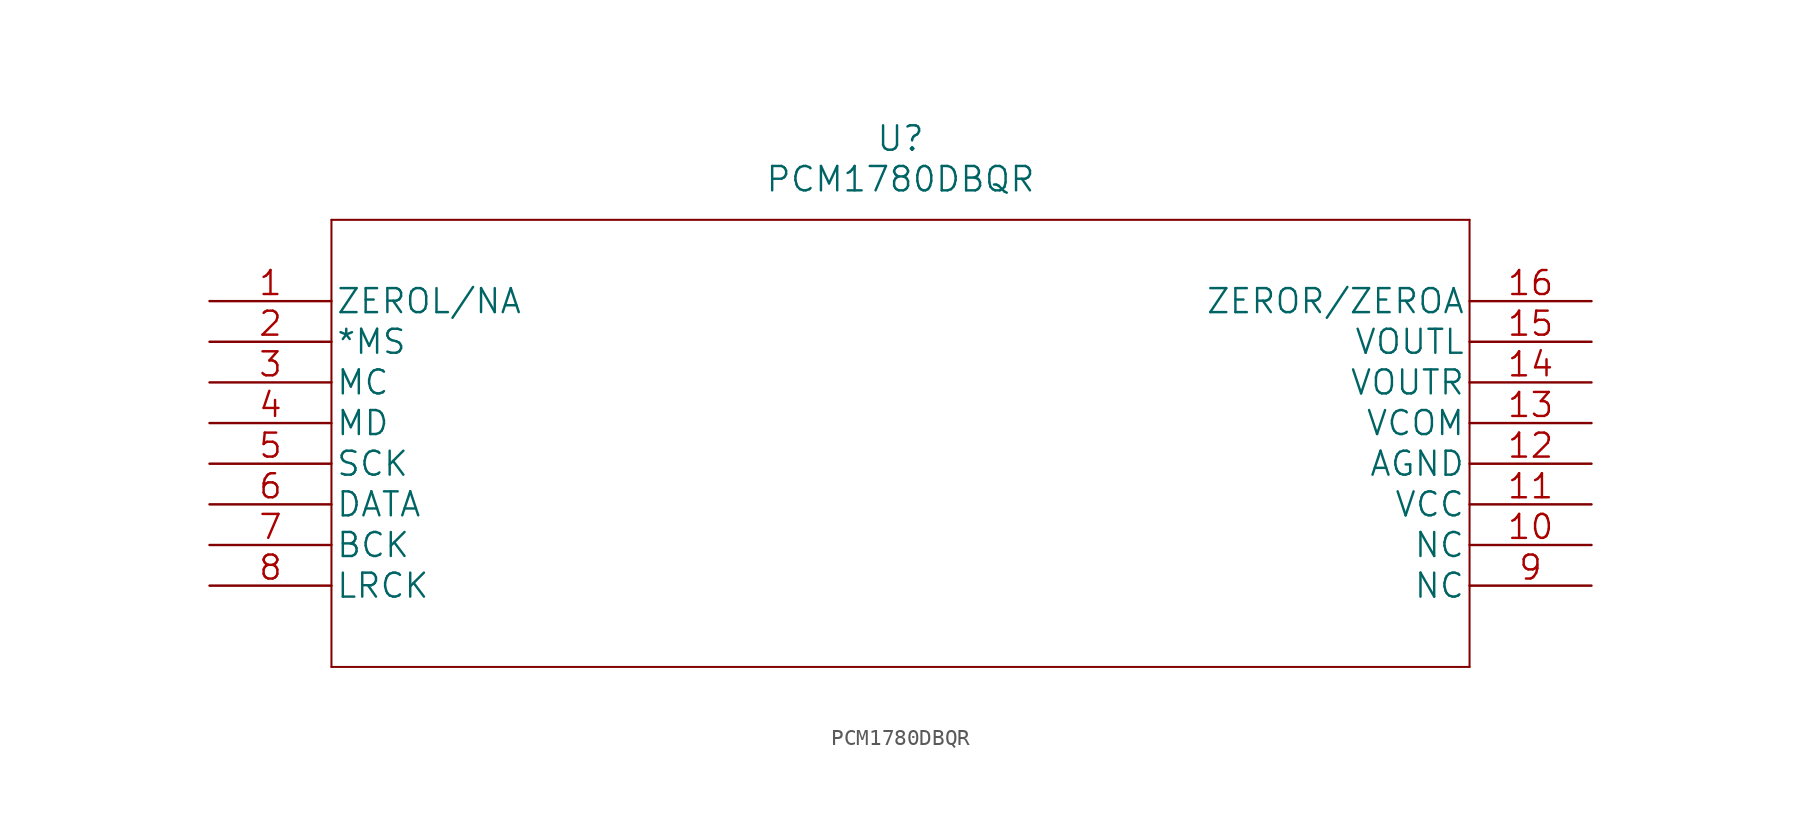
<source format=kicad_sym>
(kicad_symbol_lib
  (version 20211014)
  (generator kicad_symbol_editor)
  (symbol "PCM1780DBQR"
    (pin_names
      (offset 0.254))
    (property "Reference" "U"
      (at 43.18 10.16 0)
      (effects (font (size 1.524 1.524))))
    (property "Value" "PCM1780DBQR"
      (at 43.18 7.62 0)
      (effects (font (size 1.524 1.524))))
    (property "Datasheet" ""
      (at 0 0 0)
      (effects (font (size 1.524 1.524))))
    (property "ki_locked" ""
      (at 0 0 0)
      (effects (font (size 1.27 1.27))))
    (symbol "PCM1780DBQR_1_1"
      (polyline (pts (xy 7.62 -22.86) (xy 78.74 -22.86)) (stroke (width 0.127) (type default) (color 0 0 0 0)) (fill (type none)))
      (polyline (pts (xy 7.62 5.08) (xy 7.62 -22.86)) (stroke (width 0.127) (type default) (color 0 0 0 0)) (fill (type none)))
      (polyline (pts (xy 78.74 -22.86) (xy 78.74 5.08)) (stroke (width 0.127) (type default) (color 0 0 0 0)) (fill (type none)))
      (polyline (pts (xy 78.74 5.08) (xy 7.62 5.08)) (stroke (width 0.127) (type default) (color 0 0 0 0)) (fill (type none)))
      (pin output line (at 0 0 0) (length 7.62) (name "ZEROL/NA" (effects (font (size 1.499 1.499)))) (number "1" (effects (font (size 1.499 1.499)))))
      (pin unspecified line (at 86.36 -15.24 180) (length 7.62) (name "NC" (effects (font (size 1.499 1.499)))) (number "10" (effects (font (size 1.499 1.499)))))
      (pin power_in line (at 86.36 -12.7 180) (length 7.62) (name "VCC" (effects (font (size 1.499 1.499)))) (number "11" (effects (font (size 1.499 1.499)))))
      (pin power_in line (at 86.36 -10.16 180) (length 7.62) (name "AGND" (effects (font (size 1.499 1.499)))) (number "12" (effects (font (size 1.499 1.499)))))
      (pin power_in line (at 86.36 -7.62 180) (length 7.62) (name "VCOM" (effects (font (size 1.499 1.499)))) (number "13" (effects (font (size 1.499 1.499)))))
      (pin output line (at 86.36 -5.08 180) (length 7.62) (name "VOUTR" (effects (font (size 1.499 1.499)))) (number "14" (effects (font (size 1.499 1.499)))))
      (pin output line (at 86.36 -2.54 180) (length 7.62) (name "VOUTL" (effects (font (size 1.499 1.499)))) (number "15" (effects (font (size 1.499 1.499)))))
      (pin output line (at 86.36 0 180) (length 7.62) (name "ZEROR/ZEROA" (effects (font (size 1.499 1.499)))) (number "16" (effects (font (size 1.499 1.499)))))
      (pin input line (at 0 -2.54 0) (length 7.62) (name "*MS" (effects (font (size 1.499 1.499)))) (number "2" (effects (font (size 1.499 1.499)))))
      (pin input line (at 0 -5.08 0) (length 7.62) (name "MC" (effects (font (size 1.499 1.499)))) (number "3" (effects (font (size 1.499 1.499)))))
      (pin input line (at 0 -7.62 0) (length 7.62) (name "MD" (effects (font (size 1.499 1.499)))) (number "4" (effects (font (size 1.499 1.499)))))
      (pin input line (at 0 -10.16 0) (length 7.62) (name "SCK" (effects (font (size 1.499 1.499)))) (number "5" (effects (font (size 1.499 1.499)))))
      (pin input line (at 0 -12.7 0) (length 7.62) (name "DATA" (effects (font (size 1.499 1.499)))) (number "6" (effects (font (size 1.499 1.499)))))
      (pin input line (at 0 -15.24 0) (length 7.62) (name "BCK" (effects (font (size 1.499 1.499)))) (number "7" (effects (font (size 1.499 1.499)))))
      (pin input line (at 0 -17.78 0) (length 7.62) (name "LRCK" (effects (font (size 1.499 1.499)))) (number "8" (effects (font (size 1.499 1.499)))))
      (pin unspecified line (at 86.36 -17.78 180) (length 7.62) (name "NC" (effects (font (size 1.499 1.499)))) (number "9" (effects (font (size 1.499 1.499))))))))
</source>
